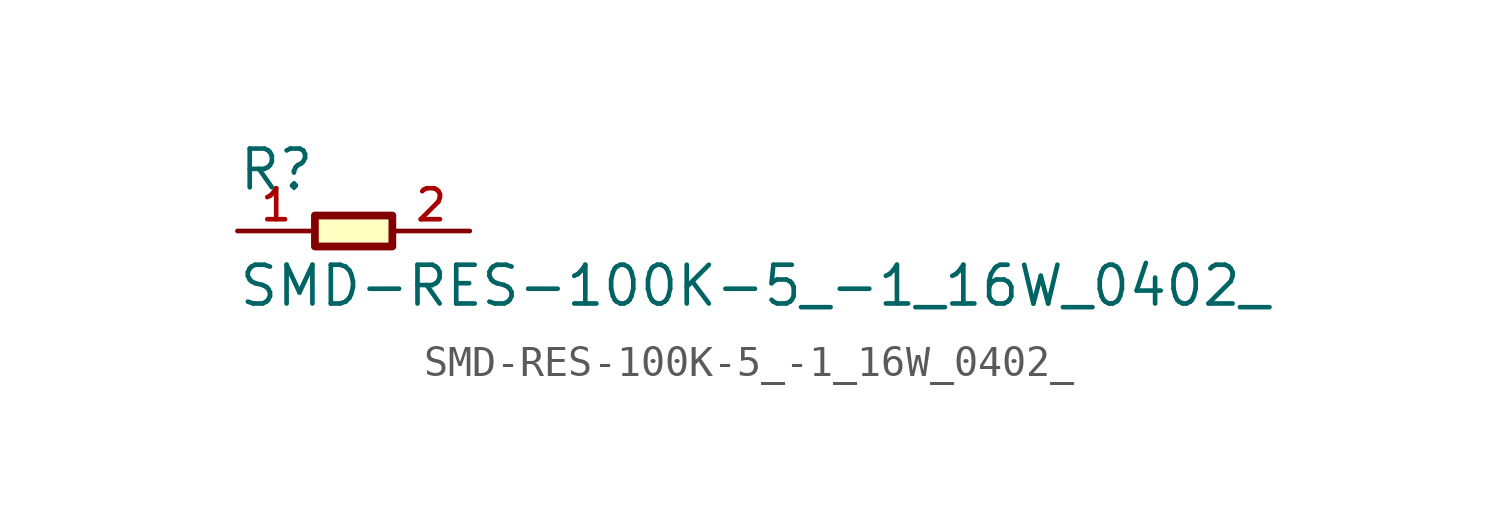
<source format=kicad_sym>
(kicad_symbol_lib
  (version 20211014)
  (generator kicad_symbol_editor)
  (symbol "SMD-RES-100K-5_-1_16W_0402_"
    (pin_names
      (offset 1.016))
    (property "Reference" "R"
      (at -3.81 1.27 0)
      (effects (font (size 1.27 1.27)) (justify bottom left)))
    (property "Value" "SMD-RES-100K-5_-1_16W_0402_"
      (at -3.811 -2.54 0)
      (effects (font (size 1.27 1.27)) (justify bottom left)))
    (symbol "SMD-RES-100K-5_-1_16W_0402__0_0"
      (rectangle (start -1.27 -0.508) (end 1.27 0.508) (stroke (width 0.254)) (fill (type background)))
      (pin passive line (at -3.81 0.0 0) (length 2.54) (name "~" (effects (font (size 1.016 1.016)))) (number "1" (effects (font (size 1.016 1.016)))))
      (pin passive line (at 3.81 0.0 180.0) (length 2.54) (name "~" (effects (font (size 1.016 1.016)))) (number "2" (effects (font (size 1.016 1.016))))))))
</source>
